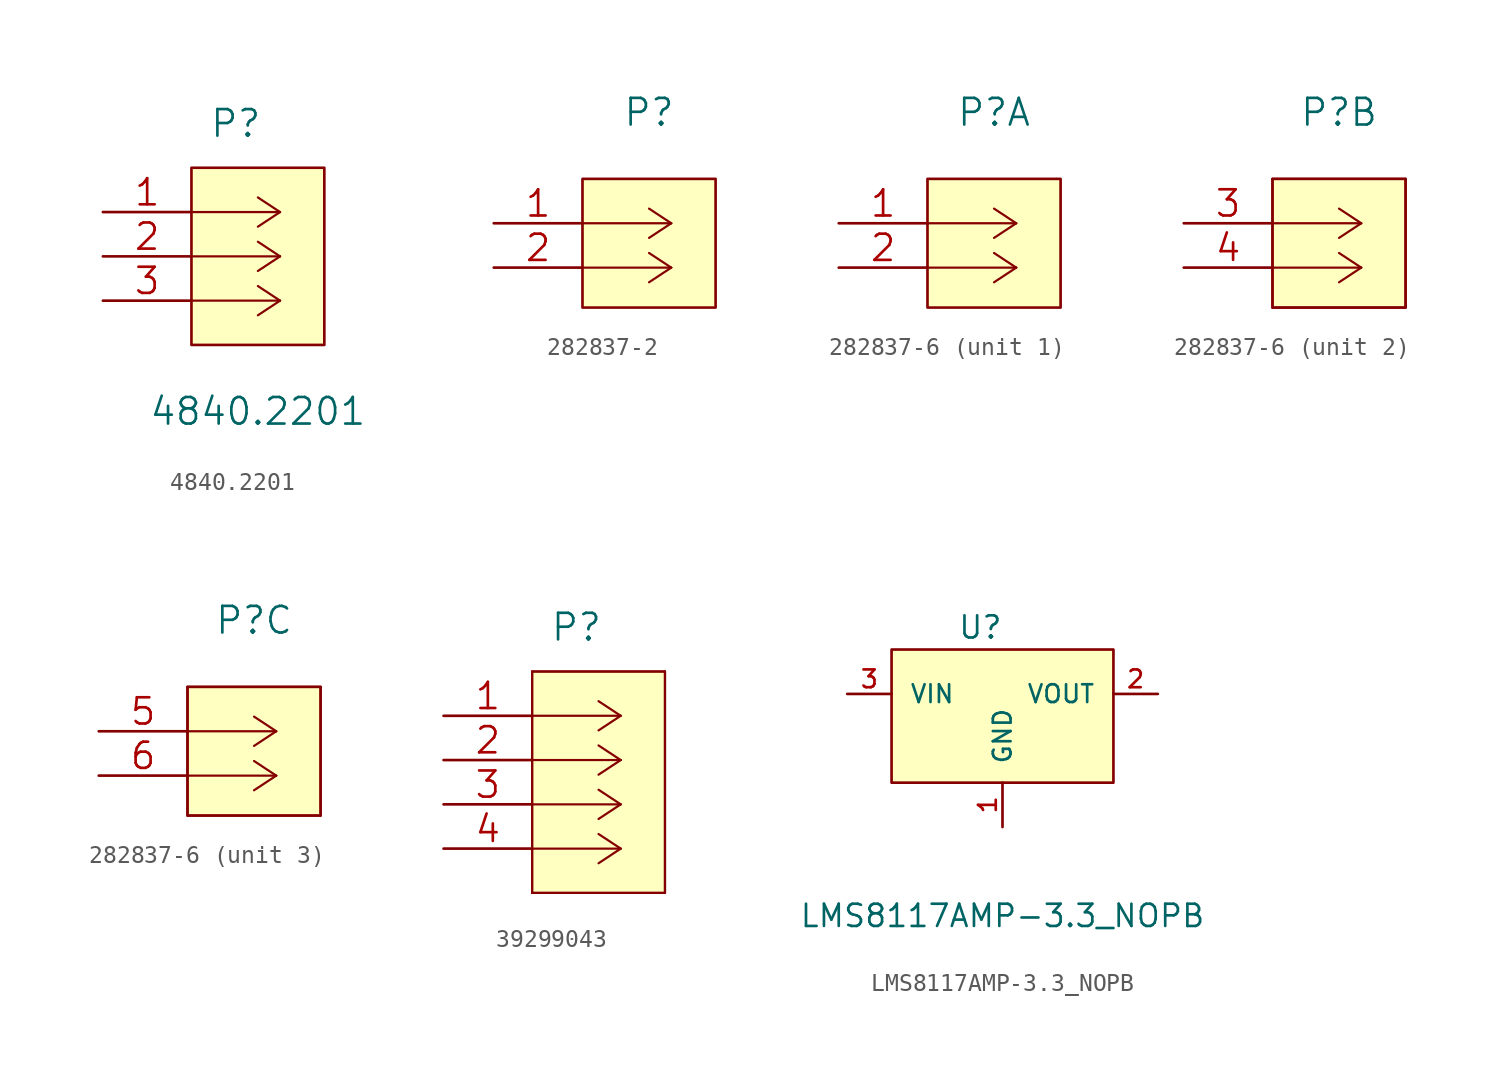
<source format=kicad_sym>
(kicad_symbol_lib
  (version 20211014)
  (generator kicad_symbol_editor)
  (symbol "4840.2201"
    (pin_names
      (offset 0.254) hide)
    (property "Reference" "P"
      (at 7.62 5.08 0)
      (effects (font (size 1.524 1.524))))
    (property "Value" "4840.2201"
      (at 8.89 -11.43 0)
      (effects (font (size 1.524 1.524))))
    (property "Datasheet" ""
      (at 0 0 0)
      (effects (font (size 1.524 1.524))))
    (symbol "4840.2201_1_1"
      (polyline (pts (xy 10.16 -5.08) (xy 5.08 -5.08)) (stroke (width 0.127) (type default) (color 0 0 0 0)) (fill (type none)))
      (polyline (pts (xy 10.16 -5.08) (xy 8.89 -5.918)) (stroke (width 0.127) (type default) (color 0 0 0 0)) (fill (type none)))
      (polyline (pts (xy 10.16 -5.08) (xy 8.89 -4.242)) (stroke (width 0.127) (type default) (color 0 0 0 0)) (fill (type none)))
      (polyline (pts (xy 10.16 -2.54) (xy 5.08 -2.54)) (stroke (width 0.127) (type default) (color 0 0 0 0)) (fill (type none)))
      (polyline (pts (xy 10.16 -2.54) (xy 8.89 -3.378)) (stroke (width 0.127) (type default) (color 0 0 0 0)) (fill (type none)))
      (polyline (pts (xy 10.16 -2.54) (xy 8.89 -1.702)) (stroke (width 0.127) (type default) (color 0 0 0 0)) (fill (type none)))
      (polyline (pts (xy 10.16 0) (xy 5.08 0)) (stroke (width 0.127) (type default) (color 0 0 0 0)) (fill (type none)))
      (polyline (pts (xy 10.16 0) (xy 8.89 -0.838)) (stroke (width 0.127) (type default) (color 0 0 0 0)) (fill (type none)))
      (polyline (pts (xy 10.16 0) (xy 8.89 0.838)) (stroke (width 0.127) (type default) (color 0 0 0 0)) (fill (type none)))
      (rectangle (start 5.08 2.54) (end 12.7 -7.62) (stroke (width 0.152) (type default) (color 0 0 0 0)) (fill (type background)))
      (pin passive line (at 0 0 0) (length 5.08) (name "+12V" (effects (font (size 1.499 1.499)))) (number "1" (effects (font (size 1.499 1.499)))))
      (pin passive line (at 0 -2.54 0) (length 5.08) (name "GND" (effects (font (size 1.499 1.499)))) (number "2" (effects (font (size 1.499 1.499)))))
      (pin passive line (at 0 -5.08 0) (length 5.08) (name "3" (effects (font (size 1.499 1.499)))) (number "3" (effects (font (size 1.499 1.499)))))))
  (symbol "282837-2"
    (pin_names
      (offset 0.254) hide)
    (property "Reference" "P"
      (at 8.89 6.35 0)
      (effects (font (size 1.524 1.524))))
    (symbol "282837-2_0_1"
      (rectangle (start 5.08 2.54) (end 12.7 -4.826) (stroke (width 0.152) (type default) (color 0 0 0 0)) (fill (type background))))
    (symbol "282837-2_1_1"
      (polyline (pts (xy 10.16 -2.54) (xy 5.08 -2.54)) (stroke (width 0.127) (type default) (color 0 0 0 0)) (fill (type none)))
      (polyline (pts (xy 10.16 -2.54) (xy 8.89 -3.378)) (stroke (width 0.127) (type default) (color 0 0 0 0)) (fill (type none)))
      (polyline (pts (xy 10.16 -2.54) (xy 8.89 -1.702)) (stroke (width 0.127) (type default) (color 0 0 0 0)) (fill (type none)))
      (polyline (pts (xy 10.16 0) (xy 5.08 0)) (stroke (width 0.127) (type default) (color 0 0 0 0)) (fill (type none)))
      (polyline (pts (xy 10.16 0) (xy 8.89 -0.838)) (stroke (width 0.127) (type default) (color 0 0 0 0)) (fill (type none)))
      (polyline (pts (xy 10.16 0) (xy 8.89 0.838)) (stroke (width 0.127) (type default) (color 0 0 0 0)) (fill (type none)))
      (pin passive line (at 0 0 0) (length 5.08) (name "5" (effects (font (size 1.499 1.499)))) (number "1" (effects (font (size 1.499 1.499)))))
      (pin passive line (at 0 -2.54 0) (length 5.08) (name "6" (effects (font (size 1.499 1.499)))) (number "2" (effects (font (size 1.499 1.499)))))))
  (symbol "282837-6"
    (pin_names
      (offset 0.254) hide)
    (property "Reference" "P"
      (at 8.89 6.35 0)
      (effects (font (size 1.524 1.524))))
    (symbol "282837-6_0_1"
      (rectangle (start 5.08 2.54) (end 12.7 -4.826) (stroke (width 0.152) (type default) (color 0 0 0 0)) (fill (type background))))
    (symbol "282837-6_1_1"
      (polyline (pts (xy 10.16 -2.54) (xy 5.08 -2.54)) (stroke (width 0.127) (type default) (color 0 0 0 0)) (fill (type none)))
      (polyline (pts (xy 10.16 -2.54) (xy 8.89 -3.378)) (stroke (width 0.127) (type default) (color 0 0 0 0)) (fill (type none)))
      (polyline (pts (xy 10.16 -2.54) (xy 8.89 -1.702)) (stroke (width 0.127) (type default) (color 0 0 0 0)) (fill (type none)))
      (polyline (pts (xy 10.16 0) (xy 5.08 0)) (stroke (width 0.127) (type default) (color 0 0 0 0)) (fill (type none)))
      (polyline (pts (xy 10.16 0) (xy 8.89 -0.838)) (stroke (width 0.127) (type default) (color 0 0 0 0)) (fill (type none)))
      (polyline (pts (xy 10.16 0) (xy 8.89 0.838)) (stroke (width 0.127) (type default) (color 0 0 0 0)) (fill (type none)))
      (pin passive line (at 0 0 0) (length 5.08) (name "5" (effects (font (size 1.499 1.499)))) (number "1" (effects (font (size 1.499 1.499)))))
      (pin passive line (at 0 -2.54 0) (length 5.08) (name "6" (effects (font (size 1.499 1.499)))) (number "2" (effects (font (size 1.499 1.499))))))
    (symbol "282837-6_2_1"
      (polyline (pts (xy 5.08 2.54) (xy 5.08 -4.826)) (stroke (width 0.127) (type default) (color 0 0 0 0)) (fill (type none)))
      (polyline (pts (xy 10.16 -2.54) (xy 5.08 -2.54)) (stroke (width 0.127) (type default) (color 0 0 0 0)) (fill (type none)))
      (polyline (pts (xy 10.16 -2.54) (xy 8.89 -3.378)) (stroke (width 0.127) (type default) (color 0 0 0 0)) (fill (type none)))
      (polyline (pts (xy 10.16 -2.54) (xy 8.89 -1.702)) (stroke (width 0.127) (type default) (color 0 0 0 0)) (fill (type none)))
      (polyline (pts (xy 10.16 0) (xy 5.08 0)) (stroke (width 0.127) (type default) (color 0 0 0 0)) (fill (type none)))
      (polyline (pts (xy 10.16 0) (xy 8.89 -0.838)) (stroke (width 0.127) (type default) (color 0 0 0 0)) (fill (type none)))
      (polyline (pts (xy 10.16 0) (xy 8.89 0.838)) (stroke (width 0.127) (type default) (color 0 0 0 0)) (fill (type none)))
      (polyline (pts (xy 12.7 -4.826) (xy 12.7 2.54)) (stroke (width 0.127) (type default) (color 0 0 0 0)) (fill (type none)))
      (polyline (pts (xy 12.7 2.54) (xy 5.08 2.54)) (stroke (width 0.127) (type default) (color 0 0 0 0)) (fill (type none)))
      (polyline (pts (xy 5.08 -4.826) (xy 8.382 -4.826) (xy 12.7 -4.826)) (stroke (width 0.127) (type default) (color 0 0 0 0)) (fill (type none)))
      (pin passive line (at 0 0 0) (length 5.08) (name "5" (effects (font (size 1.499 1.499)))) (number "3" (effects (font (size 1.499 1.499)))))
      (pin passive line (at 0 -2.54 0) (length 5.08) (name "6" (effects (font (size 1.499 1.499)))) (number "4" (effects (font (size 1.499 1.499))))))
    (symbol "282837-6_3_1"
      (polyline (pts (xy 5.08 2.54) (xy 5.08 -4.826)) (stroke (width 0.127) (type default) (color 0 0 0 0)) (fill (type none)))
      (polyline (pts (xy 10.16 -2.54) (xy 5.08 -2.54)) (stroke (width 0.127) (type default) (color 0 0 0 0)) (fill (type none)))
      (polyline (pts (xy 10.16 -2.54) (xy 8.89 -3.378)) (stroke (width 0.127) (type default) (color 0 0 0 0)) (fill (type none)))
      (polyline (pts (xy 10.16 -2.54) (xy 8.89 -1.702)) (stroke (width 0.127) (type default) (color 0 0 0 0)) (fill (type none)))
      (polyline (pts (xy 10.16 0) (xy 5.08 0)) (stroke (width 0.127) (type default) (color 0 0 0 0)) (fill (type none)))
      (polyline (pts (xy 10.16 0) (xy 8.89 -0.838)) (stroke (width 0.127) (type default) (color 0 0 0 0)) (fill (type none)))
      (polyline (pts (xy 10.16 0) (xy 8.89 0.838)) (stroke (width 0.127) (type default) (color 0 0 0 0)) (fill (type none)))
      (polyline (pts (xy 12.7 -4.826) (xy 12.7 2.54)) (stroke (width 0.127) (type default) (color 0 0 0 0)) (fill (type none)))
      (polyline (pts (xy 12.7 2.54) (xy 5.08 2.54)) (stroke (width 0.127) (type default) (color 0 0 0 0)) (fill (type none)))
      (polyline (pts (xy 5.08 -4.826) (xy 8.382 -4.826) (xy 12.7 -4.826)) (stroke (width 0.127) (type default) (color 0 0 0 0)) (fill (type none)))
      (pin passive line (at 0 0 0) (length 5.08) (name "5" (effects (font (size 1.499 1.499)))) (number "5" (effects (font (size 1.499 1.499)))))
      (pin passive line (at 0 -2.54 0) (length 5.08) (name "6" (effects (font (size 1.499 1.499)))) (number "6" (effects (font (size 1.499 1.499)))))))
  (symbol "39299043"
    (pin_names
      (offset 0.254) hide)
    (property "Reference" "P"
      (at 7.62 5.08 0)
      (effects (font (size 1.524 1.524))))
    (property "Datasheet" ""
      (at 0 0 0)
      (effects (font (size 1.524 1.524))))
    (symbol "39299043_1_1"
      (polyline (pts (xy 5.08 -10.16) (xy 12.7 -10.16)) (stroke (width 0.127) (type default) (color 0 0 0 0)) (fill (type none)))
      (polyline (pts (xy 5.08 2.54) (xy 5.08 -10.16)) (stroke (width 0.127) (type default) (color 0 0 0 0)) (fill (type none)))
      (polyline (pts (xy 10.16 -7.62) (xy 5.08 -7.62)) (stroke (width 0.127) (type default) (color 0 0 0 0)) (fill (type none)))
      (polyline (pts (xy 10.16 -7.62) (xy 8.89 -8.458)) (stroke (width 0.127) (type default) (color 0 0 0 0)) (fill (type none)))
      (polyline (pts (xy 10.16 -7.62) (xy 8.89 -6.782)) (stroke (width 0.127) (type default) (color 0 0 0 0)) (fill (type none)))
      (polyline (pts (xy 10.16 -5.08) (xy 5.08 -5.08)) (stroke (width 0.127) (type default) (color 0 0 0 0)) (fill (type none)))
      (polyline (pts (xy 10.16 -5.08) (xy 8.89 -5.918)) (stroke (width 0.127) (type default) (color 0 0 0 0)) (fill (type none)))
      (polyline (pts (xy 10.16 -5.08) (xy 8.89 -4.242)) (stroke (width 0.127) (type default) (color 0 0 0 0)) (fill (type none)))
      (polyline (pts (xy 10.16 -2.54) (xy 5.08 -2.54)) (stroke (width 0.127) (type default) (color 0 0 0 0)) (fill (type none)))
      (polyline (pts (xy 10.16 -2.54) (xy 8.89 -3.378)) (stroke (width 0.127) (type default) (color 0 0 0 0)) (fill (type none)))
      (polyline (pts (xy 10.16 -2.54) (xy 8.89 -1.702)) (stroke (width 0.127) (type default) (color 0 0 0 0)) (fill (type none)))
      (polyline (pts (xy 10.16 0) (xy 5.08 0)) (stroke (width 0.127) (type default) (color 0 0 0 0)) (fill (type none)))
      (polyline (pts (xy 10.16 0) (xy 8.89 -0.838)) (stroke (width 0.127) (type default) (color 0 0 0 0)) (fill (type none)))
      (polyline (pts (xy 10.16 0) (xy 8.89 0.838)) (stroke (width 0.127) (type default) (color 0 0 0 0)) (fill (type none)))
      (polyline (pts (xy 12.7 -10.16) (xy 12.7 2.54)) (stroke (width 0.127) (type default) (color 0 0 0 0)) (fill (type none)))
      (polyline (pts (xy 12.7 2.54) (xy 5.08 2.54)) (stroke (width 0.127) (type default) (color 0 0 0 0)) (fill (type background)))
      (rectangle (start 5.08 2.54) (end 12.7 -10.16) (stroke (width 0.127) (type default) (color 0 0 0 0)) (fill (type background)))
      (pin passive line (at 0 0 0) (length 5.08) (name "+12V" (effects (font (size 1.499 1.499)))) (number "1" (effects (font (size 1.499 1.499)))))
      (pin passive line (at 0 -2.54 0) (length 5.08) (name "GND" (effects (font (size 1.499 1.499)))) (number "2" (effects (font (size 1.499 1.499)))))
      (pin passive line (at 0 -5.08 0) (length 5.08) (name "3" (effects (font (size 1.499 1.499)))) (number "3" (effects (font (size 1.499 1.499)))))
      (pin passive line (at 0 -7.62 0) (length 5.08) (name "4" (effects (font (size 1.499 1.499)))) (number "4" (effects (font (size 1.499 1.499)))))))
  (symbol "LMS8117AMP-3.3_NOPB"
    (pin_names
      (offset 1.016))
    (property "Reference" "U"
      (at -1.27 5.08 0)
      (effects (font (size 1.27 1.27))))
    (property "Value" "LMS8117AMP-3.3_NOPB"
      (at 0 -11.43 0)
      (effects (font (size 1.27 1.27))))
    (symbol "LMS8117AMP-3.3_NOPB_0_1"
      (rectangle (start -6.35 3.81) (end 6.35 -3.81) (stroke (width 0) (type default) (color 0 0 0 0)) (fill (type background))))
    (symbol "LMS8117AMP-3.3_NOPB_1_1"
      (pin input line (at 0 -6.35 90) (length 2.54) (name "GND" (effects (font (size 1.016 1.016)))) (number "1" (effects (font (size 1.016 1.016)))))
      (pin power_out line (at 8.89 1.27 180) (length 2.54) (name "VOUT" (effects (font (size 1.016 1.016)))) (number "2" (effects (font (size 1.016 1.016)))))
      (pin input line (at -8.89 1.27 0) (length 2.54) (name "VIN" (effects (font (size 1.016 1.016)))) (number "3" (effects (font (size 1.016 1.016))))))))
</source>
